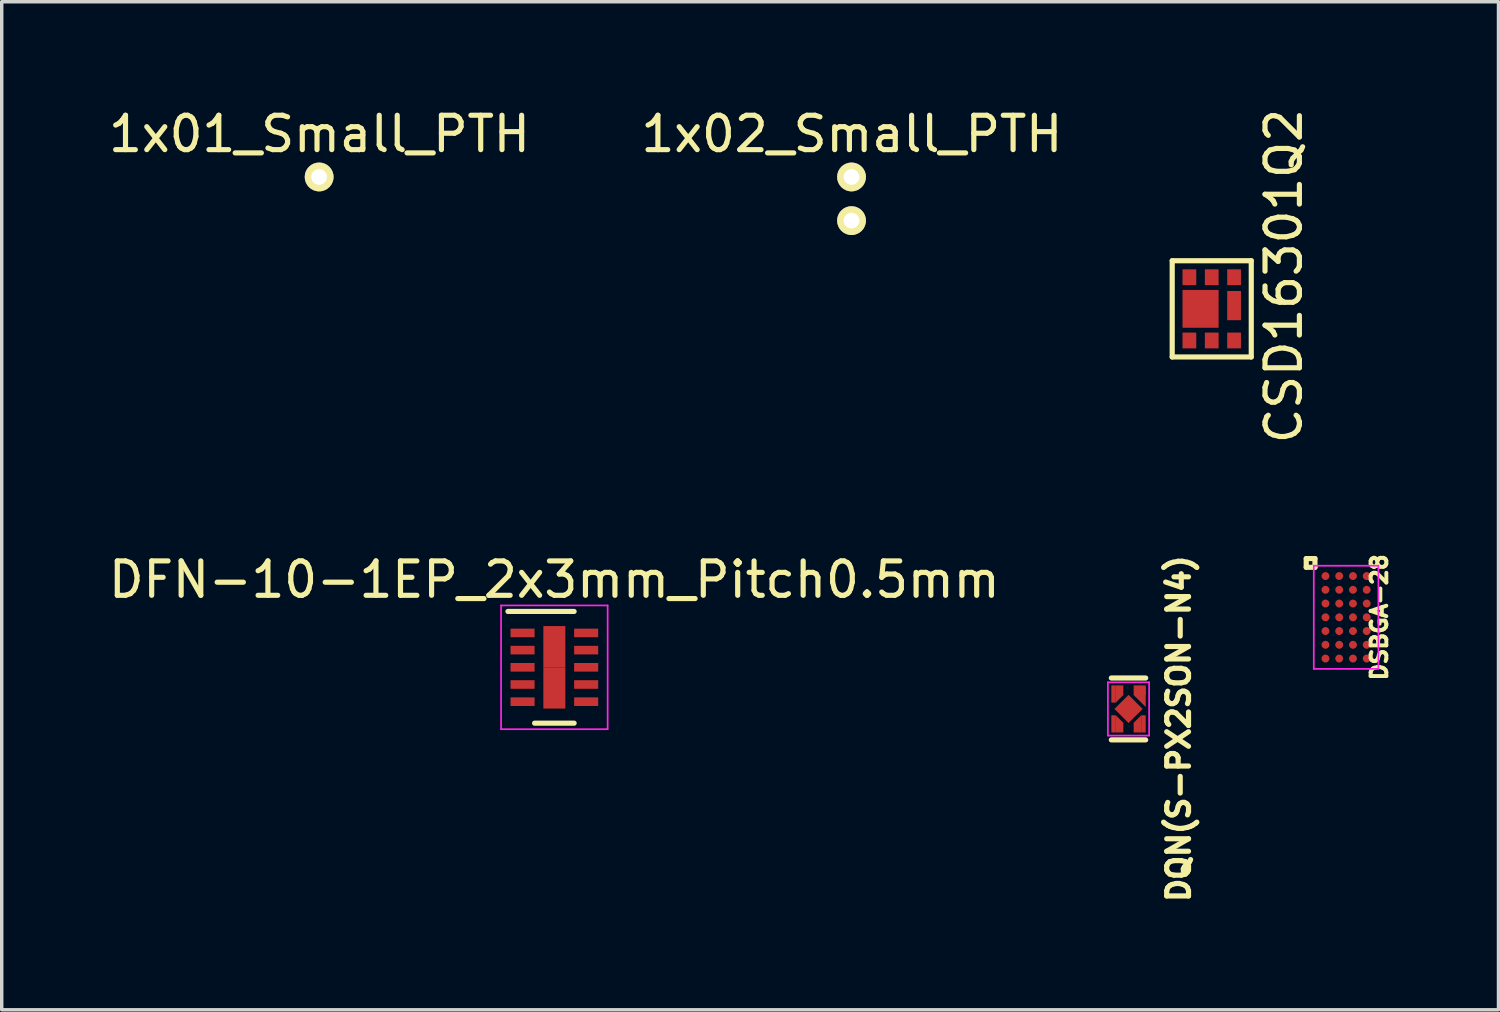
<source format=kicad_pcb>
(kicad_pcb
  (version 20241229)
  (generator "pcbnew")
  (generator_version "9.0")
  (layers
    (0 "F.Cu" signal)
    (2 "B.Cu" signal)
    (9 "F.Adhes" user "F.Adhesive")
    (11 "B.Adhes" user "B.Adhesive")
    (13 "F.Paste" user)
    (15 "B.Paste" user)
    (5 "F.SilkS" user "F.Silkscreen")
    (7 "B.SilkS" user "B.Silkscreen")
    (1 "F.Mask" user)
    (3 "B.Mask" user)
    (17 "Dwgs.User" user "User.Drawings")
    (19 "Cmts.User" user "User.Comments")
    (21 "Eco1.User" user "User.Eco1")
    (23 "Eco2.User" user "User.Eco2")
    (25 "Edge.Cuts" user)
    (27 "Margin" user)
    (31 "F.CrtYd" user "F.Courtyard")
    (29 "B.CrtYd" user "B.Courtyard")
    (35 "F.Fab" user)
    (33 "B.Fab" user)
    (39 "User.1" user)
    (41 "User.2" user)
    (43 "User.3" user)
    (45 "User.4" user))
  (footprint "1x02_Small_PTH"
    (layer "F.Cu")
    (at 21.722 2.098)
    (property "Reference" "1x02_Small_PTH" (at 0.01 -1.25 0) (layer "F.SilkS") (effects (font (size 1 1) (thickness 0.15))))
    (attr through_hole)
    (pad "1" thru_hole circle (at 0 0) (size 0.838 0.838) (drill 0.457) (layers "*.Cu" "*.Mask" "F.SilkS"))
    (pad "2" thru_hole circle (at 0 1.27) (size 0.838 0.838) (drill 0.457) (layers "*.Cu" "*.Mask" "F.SilkS")))
  (footprint "DQN(S-PX2SON-N4)"
    (layer "F.Cu")
    (at 29.78 17.574)
    (property "Reference" "DQN(S-PX2SON-N4)" (at 1.46 0.572 90) (layer "F.SilkS") (effects (font (size 0.635 0.635) (thickness 0.15))))
    (attr smd)
    (fp_line (start -0.5 -0.9) (end 0.5 -0.9) (stroke (width 0.15) (type solid)) (layer "F.SilkS"))
    (fp_line (start -0.5 0.9) (end 0.5 0.9) (stroke (width 0.15) (type solid)) (layer "F.SilkS"))
    (fp_line (start -0.6 -0.775) (end -0.6 0.775) (stroke (width 0.05) (type solid)) (layer "F.CrtYd"))
    (fp_line (start -0.6 -0.775) (end 0.6 -0.775) (stroke (width 0.05) (type solid)) (layer "F.CrtYd"))
    (fp_line (start -0.6 0.775) (end 0.6 0.775) (stroke (width 0.05) (type solid)) (layer "F.CrtYd"))
    (fp_line (start 0.6 -0.775) (end 0.6 0.775) (stroke (width 0.05) (type solid)) (layer "F.CrtYd"))
    (pad "1" smd rect (at 0.15 -0.405 45) (size 0.1 0.1) (drill (offset 0.05 0.05)) (layers "F.Cu" "F.Mask" "F.Paste"))
    (pad "1" smd rect (at 0.5 -0.685 180) (size 0.35 0.28) (drill (offset 0.175 -0.14)) (layers "F.Cu" "F.Mask" "F.Paste"))
    (pad "1" smd trapezoid (at 0.5 -0.356 180) (size 0.3 0.3) (rect_delta 0.299 0) (drill (offset 0.15 0)) (layers "F.Cu" "F.Mask" "F.Paste"))
    (pad "2" smd rect (at -0.5 -0.435) (size 0.13 0.5) (drill (offset 0.065 0)) (layers "F.Cu" "F.Mask" "F.Paste"))
    (pad "2" smd rect (at -0.37 -0.685) (size 0.22 0.28) (drill (offset 0.11 0.14)) (layers "F.Cu" "F.Mask" "F.Paste"))
    (pad "2" smd trapezoid (at -0.37 -0.405) (size 0.22 0.22) (rect_delta 0.22 0) (drill (offset 0.11 0)) (layers "F.Cu" "F.Mask" "F.Paste"))
    (pad "3" smd rect (at -0.5 0.435) (size 0.13 0.5) (drill (offset 0.065 0)) (layers "F.Cu" "F.Mask" "F.Paste"))
    (pad "3" smd trapezoid (at -0.37 0.405) (size 0.22 0.22) (rect_delta 0.22 0) (drill (offset 0.11 0)) (layers "F.Cu" "F.Mask" "F.Paste"))
    (pad "3" smd rect (at -0.37 0.685 180) (size 0.22 0.28) (drill (offset -0.11 0.14)) (layers "F.Cu" "F.Mask" "F.Paste"))
    (pad "4" smd trapezoid (at 0.37 0.405 180) (size 0.22 0.22) (rect_delta 0.22 0) (drill (offset 0.11 0)) (layers "F.Cu" "F.Mask" "F.Paste"))
    (pad "4" smd rect (at 0.37 0.685 180) (size 0.22 0.28) (drill (offset 0.11 0.14)) (layers "F.Cu" "F.Mask" "F.Paste"))
    (pad "4" smd rect (at 0.5 0.435) (size 0.13 0.5) (drill (offset -0.065 0)) (layers "F.Cu" "F.Mask" "F.Paste"))
    (pad "5" smd rect (at 0 0 45) (size 0.58 0.58) (layers "F.Cu" "F.Mask" "F.Paste")))
  (footprint "1x01_Small_PTH"
    (layer "F.Cu")
    (at 6.234 2.098)
    (property "Reference" "1x01_Small_PTH" (at 0.01 -1.25 0) (layer "F.SilkS") (effects (font (size 1 1) (thickness 0.15))))
    (attr through_hole)
    (pad "1" thru_hole circle (at 0 0) (size 0.838 0.838) (drill 0.457) (layers "*.Cu" "*.Mask" "F.SilkS")))
  (footprint "DFN-10-1EP_2x3mm_Pitch0.5mm"
    (layer "F.Cu")
    (at 13.077 16.363)
    (property "Reference" "DFN-10-1EP_2x3mm_Pitch0.5mm" (at 0 -2.55 0) (layer "F.SilkS") (effects (font (size 1 1) (thickness 0.15))))
    (attr smd)
    (fp_line (start -1.35 -1.625) (end 0.575 -1.625) (stroke (width 0.15) (type solid)) (layer "F.SilkS"))
    (fp_line (start -0.575 1.625) (end 0.575 1.625) (stroke (width 0.15) (type solid)) (layer "F.SilkS"))
    (fp_line (start -1.55 -1.8) (end -1.55 1.8) (stroke (width 0.05) (type solid)) (layer "F.CrtYd"))
    (fp_line (start -1.55 -1.8) (end 1.55 -1.8) (stroke (width 0.05) (type solid)) (layer "F.CrtYd"))
    (fp_line (start -1.55 1.8) (end 1.55 1.8) (stroke (width 0.05) (type solid)) (layer "F.CrtYd"))
    (fp_line (start 1.55 -1.8) (end 1.55 1.8) (stroke (width 0.05) (type solid)) (layer "F.CrtYd"))
    (pad "1" smd rect (at -0.925 -1) (size 0.7 0.25) (layers "F.Cu" "F.Mask" "F.Paste"))
    (pad "2" smd rect (at -0.925 -0.5) (size 0.7 0.25) (layers "F.Cu" "F.Mask" "F.Paste"))
    (pad "3" smd rect (at -0.925 0) (size 0.7 0.25) (layers "F.Cu" "F.Mask" "F.Paste"))
    (pad "4" smd rect (at -0.925 0.5) (size 0.7 0.25) (layers "F.Cu" "F.Mask" "F.Paste"))
    (pad "5" smd rect (at -0.925 1) (size 0.7 0.25) (layers "F.Cu" "F.Mask" "F.Paste"))
    (pad "6" smd rect (at 0.925 1) (size 0.7 0.25) (layers "F.Cu" "F.Mask" "F.Paste"))
    (pad "7" smd rect (at 0.925 0.5) (size 0.7 0.25) (layers "F.Cu" "F.Mask" "F.Paste"))
    (pad "8" smd rect (at 0.925 0) (size 0.7 0.25) (layers "F.Cu" "F.Mask" "F.Paste"))
    (pad "9" smd rect (at 0.925 -0.5) (size 0.7 0.25) (layers "F.Cu" "F.Mask" "F.Paste"))
    (pad "10" smd rect (at 0.925 -1) (size 0.7 0.25) (layers "F.Cu" "F.Mask" "F.Paste"))
    (pad "11" smd rect (at 0 -0.6) (size 0.64 1.2) (layers "F.Cu" "F.Mask" "F.Paste"))
    (pad "11" smd rect (at 0 0.6) (size 0.64 1.2) (layers "F.Cu" "F.Mask" "F.Paste")))
  (footprint "DSBGA-28"
    (placed yes)
    (layer "F.Cu")
    (at 36.11 14.908)
    (property "Reference" "DSBGA-28" (at 0.965 0 270) (layer "F.SilkS") (effects (font (size 0.457 0.457) (thickness 0.114))))
    (attr smd)
    (fp_line (start -1.16 -1.708) (end -0.906 -1.708) (stroke (width 0.15) (type solid)) (layer "F.SilkS"))
    (fp_line (start -1.16 -1.454) (end -1.16 -1.708) (stroke (width 0.15) (type solid)) (layer "F.SilkS"))
    (fp_line (start -0.906 -1.708) (end -0.906 -1.454) (stroke (width 0.15) (type solid)) (layer "F.SilkS"))
    (fp_line (start -0.906 -1.454) (end -1.16 -1.454) (stroke (width 0.15) (type solid)) (layer "F.SilkS"))
    (fp_line (start -0.94 -1.5) (end 0.94 -1.5) (stroke (width 0.05) (type solid)) (layer "F.CrtYd"))
    (fp_line (start -0.94 1.5) (end -0.94 -1.5) (stroke (width 0.05) (type solid)) (layer "F.CrtYd"))
    (fp_line (start 0.94 -1.5) (end 0.94 1.5) (stroke (width 0.05) (type solid)) (layer "F.CrtYd"))
    (fp_line (start 0.94 1.5) (end -0.94 1.5) (stroke (width 0.05) (type solid)) (layer "F.CrtYd"))
    (pad "A1" smd circle (at -0.6 -1.2) (size 0.23 0.23) (layers "F.Cu" "F.Mask" "F.Paste"))
    (pad "A2" smd circle (at -0.2 -1.2) (size 0.23 0.23) (layers "F.Cu" "F.Mask" "F.Paste"))
    (pad "A3" smd circle (at 0.2 -1.2) (size 0.23 0.23) (layers "F.Cu" "F.Mask" "F.Paste"))
    (pad "A4" smd circle (at 0.6 -1.2) (size 0.23 0.23) (layers "F.Cu" "F.Mask" "F.Paste"))
    (pad "B1" smd circle (at -0.6 -0.8) (size 0.23 0.23) (layers "F.Cu" "F.Mask" "F.Paste"))
    (pad "B2" smd circle (at -0.2 -0.8) (size 0.23 0.23) (layers "F.Cu" "F.Mask" "F.Paste"))
    (pad "B3" smd circle (at 0.2 -0.8) (size 0.23 0.23) (layers "F.Cu" "F.Mask" "F.Paste"))
    (pad "B4" smd circle (at 0.6 -0.8) (size 0.23 0.23) (layers "F.Cu" "F.Mask" "F.Paste"))
    (pad "C1" smd circle (at -0.6 -0.4) (size 0.23 0.23) (layers "F.Cu" "F.Mask" "F.Paste"))
    (pad "C2" smd circle (at -0.2 -0.4) (size 0.23 0.23) (layers "F.Cu" "F.Mask" "F.Paste"))
    (pad "C3" smd circle (at 0.2 -0.4) (size 0.23 0.23) (layers "F.Cu" "F.Mask" "F.Paste"))
    (pad "C4" smd circle (at 0.6 -0.4) (size 0.23 0.23) (layers "F.Cu" "F.Mask" "F.Paste"))
    (pad "D1" smd circle (at -0.6 0) (size 0.23 0.23) (layers "F.Cu" "F.Mask" "F.Paste"))
    (pad "D2" smd circle (at -0.2 0) (size 0.23 0.23) (layers "F.Cu" "F.Mask" "F.Paste"))
    (pad "D3" smd circle (at 0.2 0) (size 0.23 0.23) (layers "F.Cu" "F.Mask" "F.Paste"))
    (pad "D4" smd circle (at 0.6 0) (size 0.23 0.23) (layers "F.Cu" "F.Mask" "F.Paste"))
    (pad "E1" smd circle (at -0.6 0.4) (size 0.23 0.23) (layers "F.Cu" "F.Mask" "F.Paste"))
    (pad "E2" smd circle (at -0.2 0.4) (size 0.23 0.23) (layers "F.Cu" "F.Mask" "F.Paste"))
    (pad "E3" smd circle (at 0.2 0.4) (size 0.23 0.23) (layers "F.Cu" "F.Mask" "F.Paste"))
    (pad "E4" smd circle (at 0.6 0.4) (size 0.23 0.23) (layers "F.Cu" "F.Mask" "F.Paste"))
    (pad "F1" smd circle (at -0.6 0.8) (size 0.23 0.23) (layers "F.Cu" "F.Mask" "F.Paste"))
    (pad "F2" smd circle (at -0.2 0.8) (size 0.23 0.23) (layers "F.Cu" "F.Mask" "F.Paste"))
    (pad "F3" smd circle (at 0.2 0.8) (size 0.23 0.23) (layers "F.Cu" "F.Mask" "F.Paste"))
    (pad "F4" smd circle (at 0.6 0.8) (size 0.23 0.23) (layers "F.Cu" "F.Mask" "F.Paste"))
    (pad "G1" smd circle (at -0.6 1.2) (size 0.23 0.23) (layers "F.Cu" "F.Mask" "F.Paste"))
    (pad "G2" smd circle (at -0.2 1.2) (size 0.23 0.23) (layers "F.Cu" "F.Mask" "F.Paste"))
    (pad "G3" smd circle (at 0.2 1.2) (size 0.23 0.23) (layers "F.Cu" "F.Mask" "F.Paste"))
    (pad "G4" smd circle (at 0.6 1.2) (size 0.23 0.23) (layers "F.Cu" "F.Mask" "F.Paste")))
  (footprint "CSD16301Q2"
    (layer "F.Cu")
    (at 32.201 5.935)
    (property "Reference" "CSD16301Q2" (at 2.095 -0.953 90) (layer "F.SilkS") (effects (font (size 1 1) (thickness 0.15))))
    (attr smd)
    (fp_line (start -1.15 -1.4) (end 1.15 -1.4) (stroke (width 0.15) (type solid)) (layer "F.SilkS"))
    (fp_line (start -1.15 1.4) (end -1.15 -1.4) (stroke (width 0.15) (type solid)) (layer "F.SilkS"))
    (fp_line (start 1.15 -1.4) (end 1.15 1.4) (stroke (width 0.15) (type solid)) (layer "F.SilkS"))
    (fp_line (start 1.15 1.4) (end -1.15 1.4) (stroke (width 0.15) (type solid)) (layer "F.SilkS"))
    (pad "1" smd rect (at -0.65 0.92) (size 0.4 0.46) (layers "F.Cu" "F.Mask" "F.Paste"))
    (pad "2" smd rect (at 0 0.92) (size 0.4 0.46) (layers "F.Cu" "F.Mask" "F.Paste"))
    (pad "3" smd rect (at 0.65 0.92) (size 0.4 0.46) (layers "F.Cu" "F.Mask" "F.Paste"))
    (pad "4" smd rect (at 0.65 -0.92) (size 0.4 0.46) (layers "F.Cu" "F.Mask" "F.Paste"))
    (pad "5" smd rect (at 0 -0.92) (size 0.4 0.46) (layers "F.Cu" "F.Mask" "F.Paste"))
    (pad "6" smd rect (at -0.65 -0.92) (size 0.4 0.46) (layers "F.Cu" "F.Mask" "F.Paste"))
    (pad "7" smd rect (at 0.65 -0.095) (size 0.4 0.85) (layers "F.Cu" "F.Mask" "F.Paste"))
    (pad "8" smd rect (at -0.85 0) (size 1.05 1.1) (drill (offset 0.525 0)) (layers "F.Cu" "F.Mask" "F.Paste")))
  (gr_rect
    (start -3 -3)
    (end 40.543 26.326)
    (stroke (width 0.1) (type default))
    (fill no)
    (layer "Edge.Cuts")))
</source>
